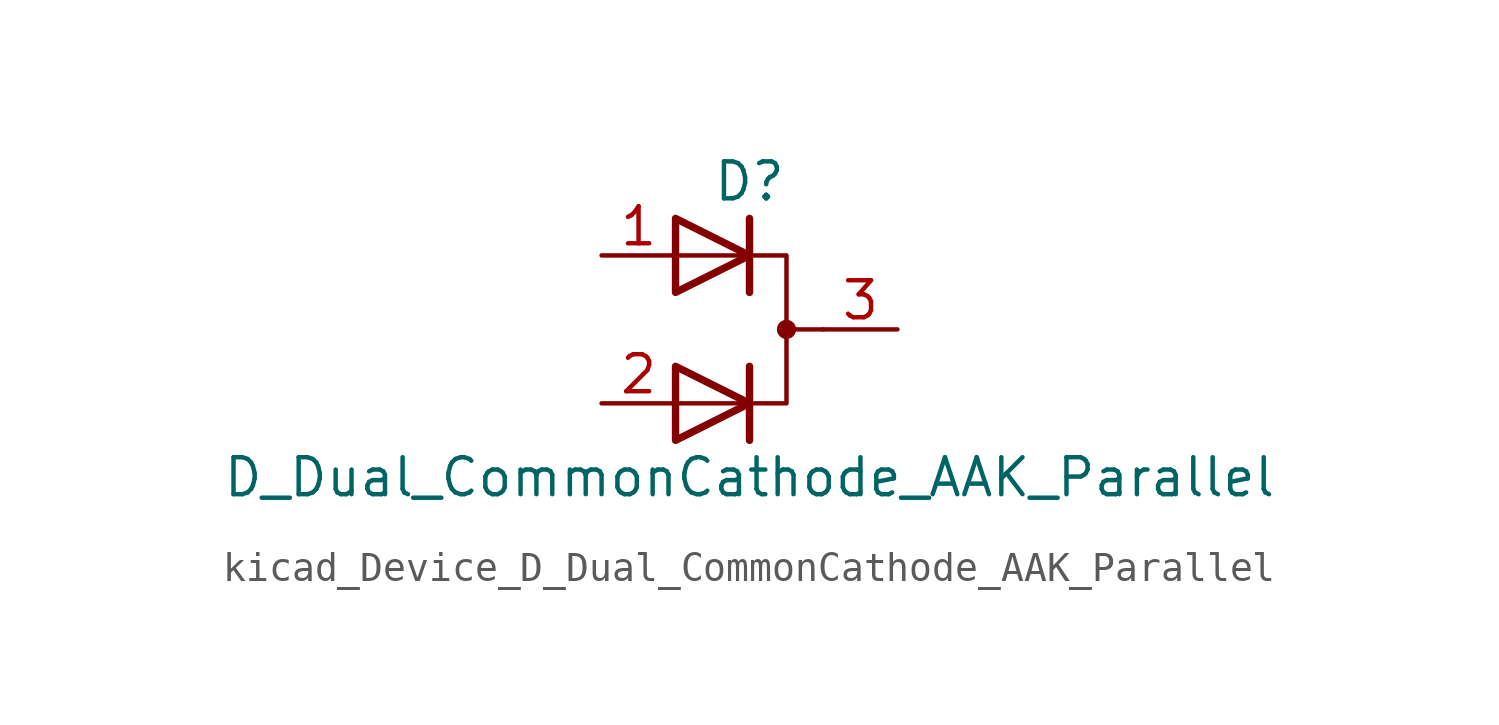
<source format=kicad_sym>
(kicad_symbol_lib
  (version 20220914)
  (generator kicad_symbol_editor)
  (symbol "kicad_Device_D_Dual_CommonCathode_AAK_Parallel"
    (pin_names
      (offset 0.762) hide)
    (property "Reference" "D"
      (at 0 5.08 0)
      (effects (font (size 1.27 1.27))))
    (property "Value" "D_Dual_CommonCathode_AAK_Parallel"
      (at 0 -5.08 0)
      (effects (font (size 1.27 1.27))))
    (symbol "kicad_Device_D_Dual_CommonCathode_AAK_Parallel_0_0"
      (polyline (pts (xy 0 -1.27) (xy 0 -3.81)) (stroke (width 0.254) (type default)) (fill (type none)))
      (polyline (pts (xy 0 1.27) (xy 0 3.81)) (stroke (width 0.254) (type default)) (fill (type none))))
    (symbol "kicad_Device_D_Dual_CommonCathode_AAK_Parallel_0_1"
      (polyline (pts (xy 1.27 0) (xy 2.54 0)) (stroke (width 0) (type default)) (fill (type none)))
      (polyline (pts (xy -2.54 -2.54) (xy 1.27 -2.54) (xy 1.27 2.54) (xy -2.54 2.54)) (stroke (width 0) (type default)) (fill (type none)))
      (polyline (pts (xy -2.54 -1.27) (xy 0 -2.54) (xy -2.54 -3.81) (xy -2.54 -1.27) (xy -2.54 -1.27) (xy -2.54 -1.27)) (stroke (width 0.254) (type default)) (fill (type none)))
      (polyline (pts (xy -2.54 3.81) (xy 0 2.54) (xy -2.54 1.27) (xy -2.54 3.81) (xy -2.54 3.81) (xy -2.54 3.81)) (stroke (width 0.254) (type default)) (fill (type none)))
      (circle (center 1.27 0) (radius 0.254) (stroke (width 0) (type default)) (fill (type outline)))
      (pin passive line (at -5.08 2.54 0) (length 2.54) (name "K" (effects (font (size 1.27 1.27)))) (number "1" (effects (font (size 1.27 1.27)))))
      (pin passive line (at -5.08 -2.54 0) (length 2.54) (name "K" (effects (font (size 1.27 1.27)))) (number "2" (effects (font (size 1.27 1.27)))))
      (pin passive line (at 5.08 0 180) (length 2.54) (name "A" (effects (font (size 1.27 1.27)))) (number "3" (effects (font (size 1.27 1.27))))))))
</source>
